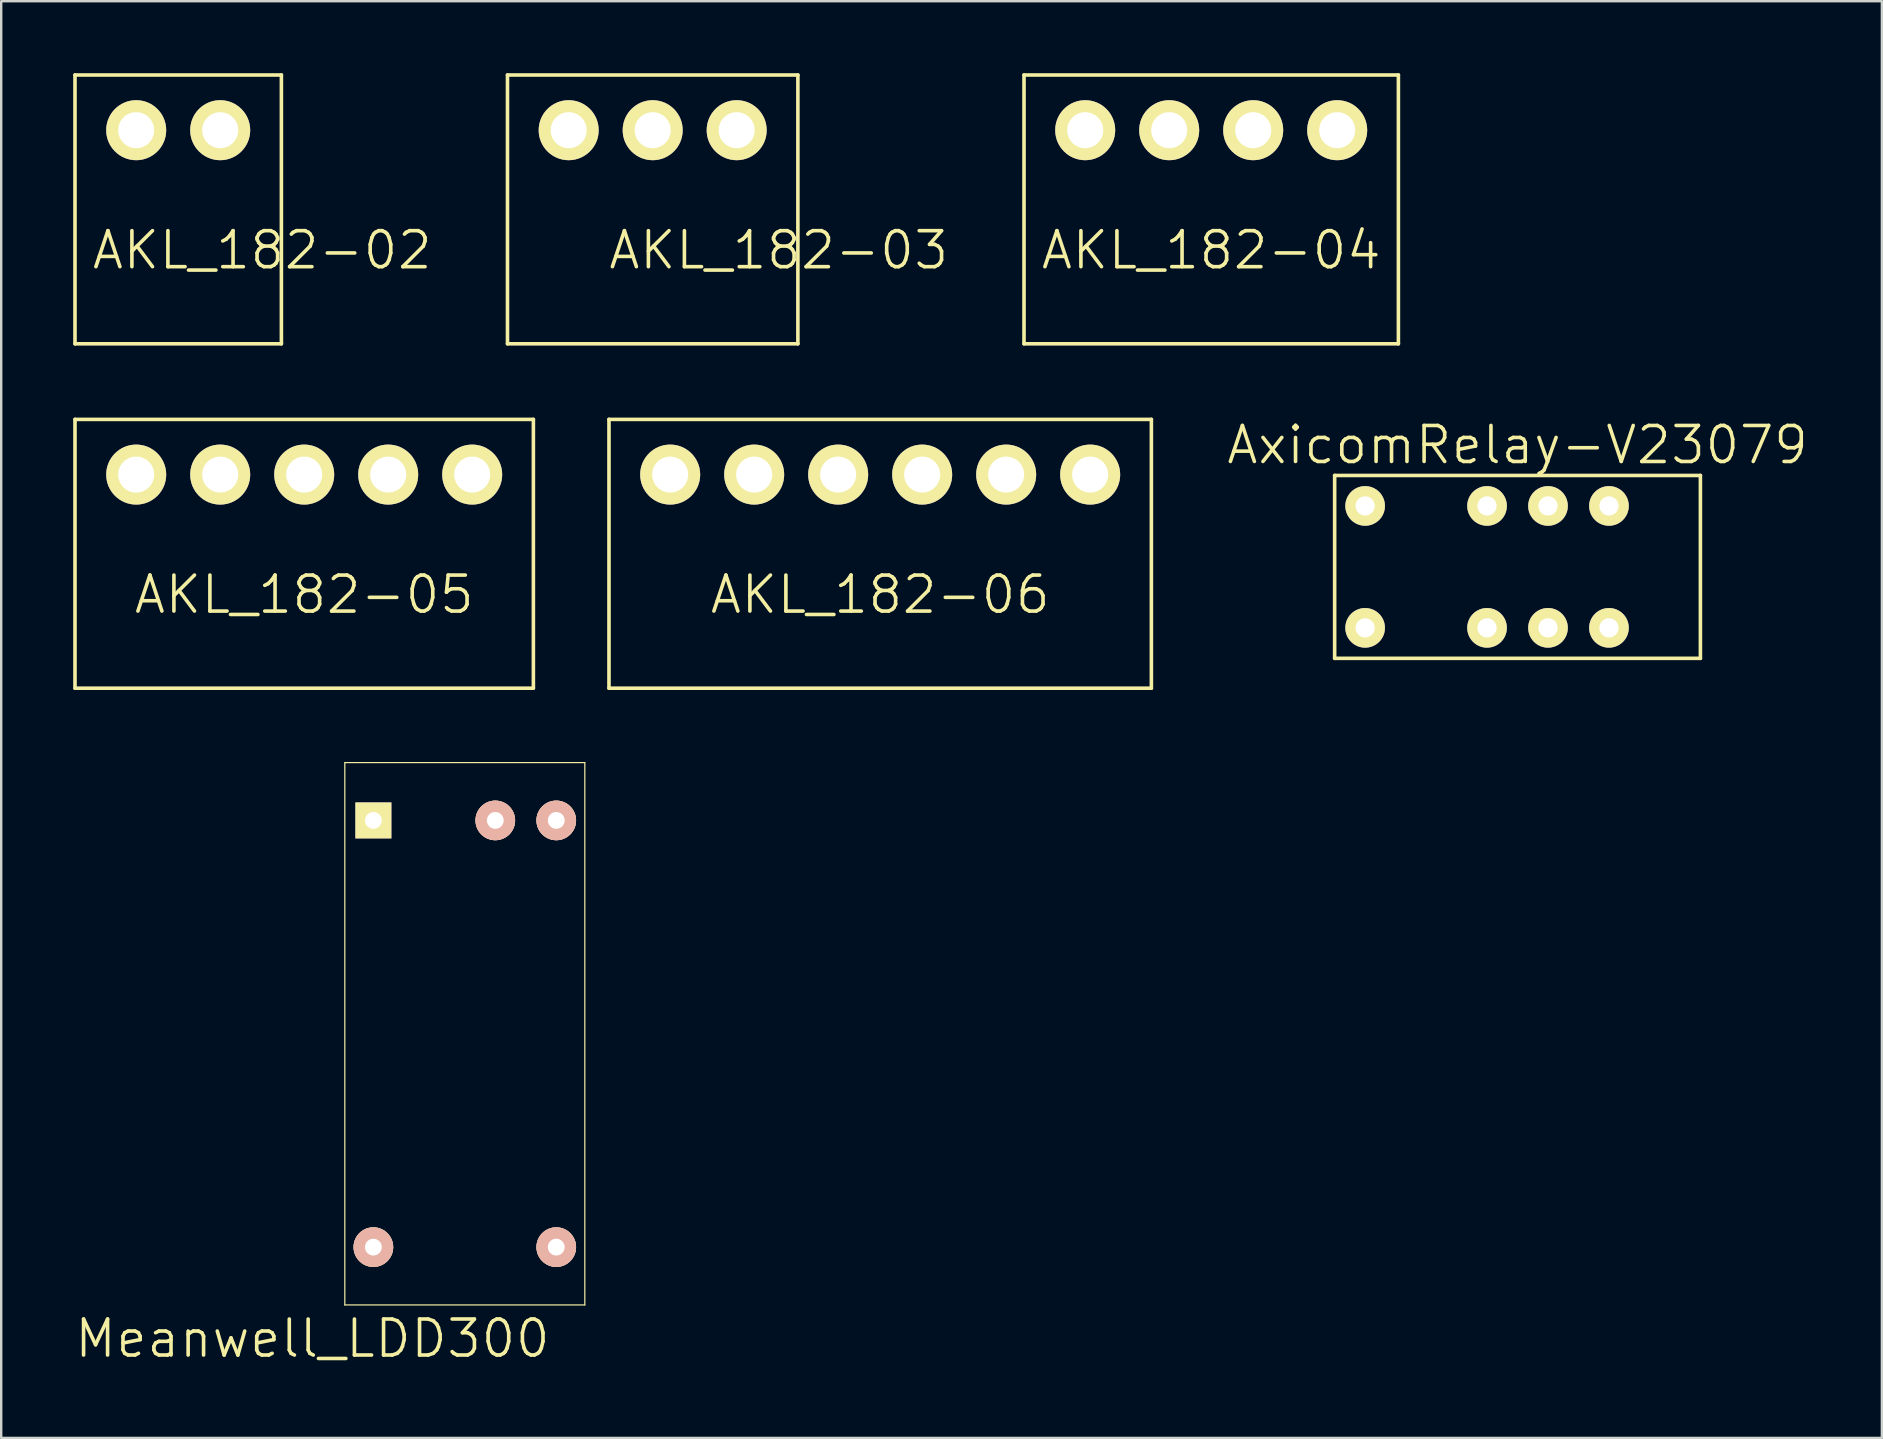
<source format=kicad_pcb>
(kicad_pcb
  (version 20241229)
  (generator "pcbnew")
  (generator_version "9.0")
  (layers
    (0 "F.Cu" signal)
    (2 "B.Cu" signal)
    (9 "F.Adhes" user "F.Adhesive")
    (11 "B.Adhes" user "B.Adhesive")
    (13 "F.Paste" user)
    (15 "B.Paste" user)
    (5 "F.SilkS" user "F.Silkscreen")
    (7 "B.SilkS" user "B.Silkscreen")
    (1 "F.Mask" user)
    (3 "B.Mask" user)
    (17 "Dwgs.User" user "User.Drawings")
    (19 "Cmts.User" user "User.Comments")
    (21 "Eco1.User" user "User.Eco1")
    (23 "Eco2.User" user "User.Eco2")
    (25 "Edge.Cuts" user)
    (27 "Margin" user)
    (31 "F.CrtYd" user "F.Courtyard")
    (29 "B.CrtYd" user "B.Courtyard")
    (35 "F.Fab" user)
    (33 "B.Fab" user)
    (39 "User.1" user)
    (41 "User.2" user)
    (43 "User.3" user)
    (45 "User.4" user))
  (footprint "AKL_182-03"
    (layer "F.Cu")
    (at 24.146 2.375)
    (property "Reference" "AKL_182-03" (at 5.25 5 0) (layer "F.SilkS") (effects (font (size 1.5 1.5) (thickness 0.15))))
    (attr through_hole)
    (fp_line (start -6.05 -2.3) (end -6.05 8.9) (stroke (width 0.15) (type solid)) (layer "F.SilkS"))
    (fp_line (start -6.05 8.9) (end 6.05 8.9) (stroke (width 0.15) (type solid)) (layer "F.SilkS"))
    (fp_line (start 6.05 -2.3) (end -6.05 -2.3) (stroke (width 0.15) (type solid)) (layer "F.SilkS"))
    (fp_line (start 6.05 8.9) (end 6.05 -2.3) (stroke (width 0.15) (type solid)) (layer "F.SilkS"))
    (pad "1" thru_hole circle (at -3.5 0) (size 2.5 2.5) (drill 1.5) (layers "*.Cu" "*.Mask" "F.SilkS"))
    (pad "2" thru_hole circle (at 0 0) (size 2.5 2.5) (drill 1.5) (layers "*.Cu" "*.Mask" "F.SilkS"))
    (pad "3" thru_hole circle (at 3.5 0) (size 2.5 2.5) (drill 1.5) (layers "*.Cu" "*.Mask" "F.SilkS")))
  (footprint "AKL_182-06"
    (layer "F.Cu")
    (at 33.625 16.725)
    (property "Reference" "AKL_182-06" (at 0 5 0) (layer "F.SilkS") (effects (font (size 1.5 1.5) (thickness 0.15))))
    (attr through_hole)
    (fp_line (start -11.3 -2.3) (end -11.3 8.9) (stroke (width 0.15) (type solid)) (layer "F.SilkS"))
    (fp_line (start -11.3 8.9) (end 11.3 8.9) (stroke (width 0.15) (type solid)) (layer "F.SilkS"))
    (fp_line (start 11.3 -2.3) (end -11.3 -2.3) (stroke (width 0.15) (type solid)) (layer "F.SilkS"))
    (fp_line (start 11.3 8.9) (end 11.3 -2.3) (stroke (width 0.15) (type solid)) (layer "F.SilkS"))
    (pad "1" thru_hole circle (at -8.75 0) (size 2.5 2.5) (drill 1.5) (layers "*.Cu" "*.Mask" "F.SilkS"))
    (pad "2" thru_hole circle (at -5.25 0) (size 2.5 2.5) (drill 1.5) (layers "*.Cu" "*.Mask" "F.SilkS"))
    (pad "3" thru_hole circle (at -1.75 0) (size 2.5 2.5) (drill 1.5) (layers "*.Cu" "*.Mask" "F.SilkS"))
    (pad "4" thru_hole circle (at 1.75 0) (size 2.5 2.5) (drill 1.5) (layers "*.Cu" "*.Mask" "F.SilkS"))
    (pad "5" thru_hole circle (at 5.25 0) (size 2.5 2.5) (drill 1.5) (layers "*.Cu" "*.Mask" "F.SilkS"))
    (pad "6" thru_hole circle (at 8.75 0) (size 2.5 2.5) (drill 1.5) (layers "*.Cu" "*.Mask" "F.SilkS")))
  (footprint "Meanwell_LDD300"
    (layer "F.Cu")
    (at 16.318 40.025)
    (property "Reference" "Meanwell_LDD300" (at -6.35 12.7 180) (layer "F.SilkS") (effects (font (size 1.5 1.5) (thickness 0.15))))
    (attr through_hole)
    (fp_line (start -5 -11.3) (end 5 -11.3) (stroke (width 0.05) (type solid)) (layer "F.SilkS"))
    (fp_line (start -5 11.3) (end -5 -11.3) (stroke (width 0.05) (type solid)) (layer "F.SilkS"))
    (fp_line (start 5 -11.3) (end 5 11.3) (stroke (width 0.05) (type solid)) (layer "F.SilkS"))
    (fp_line (start 5 11.3) (end -5 11.3) (stroke (width 0.05) (type solid)) (layer "F.SilkS"))
    (pad "1" thru_hole rect (at -3.81 -8.89) (size 1.5 1.5) (drill 0.7) (layers "*.Cu" "*.Mask" "F.SilkS"))
    (pad "3" thru_hole circle (at 1.27 -8.89) (size 1.651 1.651) (drill 0.7) (layers "*.Cu" "*.SilkS" "*.Mask"))
    (pad "4" thru_hole circle (at 3.81 -8.89) (size 1.651 1.651) (drill 0.7) (layers "*.Cu" "*.SilkS" "*.Mask"))
    (pad "5" thru_hole circle (at 3.81 8.89) (size 1.651 1.651) (drill 0.7) (layers "*.Cu" "*.SilkS" "*.Mask"))
    (pad "6" thru_hole circle (at -3.81 8.89) (size 1.651 1.651) (drill 0.7) (layers "*.Cu" "*.SilkS" "*.Mask")))
  (footprint "AxicomRelay-V23079"
    (layer "F.Cu")
    (at 58.912 20.571)
    (property "Reference" "AxicomRelay-V23079" (at 1.27 -5.08 0) (layer "F.SilkS") (effects (font (size 1.5 1.5) (thickness 0.15))))
    (attr through_hole)
    (fp_line (start -6.35 -3.81) (end -6.35 3.81) (stroke (width 0.15) (type solid)) (layer "F.SilkS"))
    (fp_line (start -6.35 3.81) (end 8.89 3.81) (stroke (width 0.15) (type solid)) (layer "F.SilkS"))
    (fp_line (start 8.89 -3.81) (end -6.35 -3.81) (stroke (width 0.15) (type solid)) (layer "F.SilkS"))
    (fp_line (start 8.89 3.81) (end 8.89 -3.81) (stroke (width 0.15) (type solid)) (layer "F.SilkS"))
    (pad "1" thru_hole circle (at -5.08 2.54) (size 1.651 1.651) (drill 0.8) (layers "*.Cu" "*.Mask" "F.SilkS"))
    (pad "3" thru_hole circle (at 0 2.54) (size 1.651 1.651) (drill 0.8) (layers "*.Cu" "*.Mask" "F.SilkS"))
    (pad "4" thru_hole circle (at 2.54 2.54) (size 1.651 1.651) (drill 0.8) (layers "*.Cu" "*.Mask" "F.SilkS"))
    (pad "5" thru_hole circle (at 5.08 2.54) (size 1.651 1.651) (drill 0.8) (layers "*.Cu" "*.Mask" "F.SilkS"))
    (pad "8" thru_hole circle (at 5.08 -2.54) (size 1.651 1.651) (drill 0.8) (layers "*.Cu" "*.Mask" "F.SilkS"))
    (pad "9" thru_hole circle (at 2.54 -2.54) (size 1.651 1.651) (drill 0.8) (layers "*.Cu" "*.Mask" "F.SilkS"))
    (pad "10" thru_hole circle (at 0 -2.54) (size 1.651 1.651) (drill 0.8) (layers "*.Cu" "*.Mask" "F.SilkS"))
    (pad "12" thru_hole circle (at -5.08 -2.54) (size 1.651 1.651) (drill 0.8) (layers "*.Cu" "*.Mask" "F.SilkS")))
  (footprint "AKL_182-02"
    (layer "F.Cu")
    (at 4.375 2.375)
    (property "Reference" "AKL_182-02" (at 3.5 5 0) (layer "F.SilkS") (effects (font (size 1.5 1.5) (thickness 0.15))))
    (attr through_hole)
    (fp_line (start -4.3 -2.3) (end -4.3 8.9) (stroke (width 0.15) (type solid)) (layer "F.SilkS"))
    (fp_line (start -4.3 8.9) (end 4.3 8.9) (stroke (width 0.15) (type solid)) (layer "F.SilkS"))
    (fp_line (start 4.3 -2.3) (end -4.3 -2.3) (stroke (width 0.15) (type solid)) (layer "F.SilkS"))
    (fp_line (start 4.3 8.9) (end 4.3 -2.3) (stroke (width 0.15) (type solid)) (layer "F.SilkS"))
    (pad "1" thru_hole circle (at -1.75 0) (size 2.5 2.5) (drill 1.5) (layers "*.Cu" "*.Mask" "F.SilkS"))
    (pad "2" thru_hole circle (at 1.75 0) (size 2.5 2.5) (drill 1.5) (layers "*.Cu" "*.Mask" "F.SilkS")))
  (footprint "AKL_182-05"
    (layer "F.Cu")
    (at 9.625 16.725)
    (property "Reference" "AKL_182-05" (at 0 5 0) (layer "F.SilkS") (effects (font (size 1.5 1.5) (thickness 0.15))))
    (attr through_hole)
    (fp_line (start -9.55 -2.3) (end -9.55 8.9) (stroke (width 0.15) (type solid)) (layer "F.SilkS"))
    (fp_line (start -9.55 8.9) (end 9.55 8.9) (stroke (width 0.15) (type solid)) (layer "F.SilkS"))
    (fp_line (start 9.55 -2.3) (end -9.55 -2.3) (stroke (width 0.15) (type solid)) (layer "F.SilkS"))
    (fp_line (start 9.55 8.9) (end 9.55 -2.3) (stroke (width 0.15) (type solid)) (layer "F.SilkS"))
    (pad "1" thru_hole circle (at -7 0) (size 2.5 2.5) (drill 1.5) (layers "*.Cu" "*.Mask" "F.SilkS"))
    (pad "2" thru_hole circle (at -3.5 0) (size 2.5 2.5) (drill 1.5) (layers "*.Cu" "*.Mask" "F.SilkS"))
    (pad "3" thru_hole circle (at 0 0) (size 2.5 2.5) (drill 1.5) (layers "*.Cu" "*.Mask" "F.SilkS"))
    (pad "4" thru_hole circle (at 3.5 0) (size 2.5 2.5) (drill 1.5) (layers "*.Cu" "*.Mask" "F.SilkS"))
    (pad "5" thru_hole circle (at 7 0) (size 2.5 2.5) (drill 1.5) (layers "*.Cu" "*.Mask" "F.SilkS")))
  (footprint "AKL_182-04"
    (layer "F.Cu")
    (at 47.418 2.375)
    (property "Reference" "AKL_182-04" (at 0 5 0) (layer "F.SilkS") (effects (font (size 1.5 1.5) (thickness 0.15))))
    (attr through_hole)
    (fp_line (start -7.8 -2.3) (end -7.8 8.9) (stroke (width 0.15) (type solid)) (layer "F.SilkS"))
    (fp_line (start -7.8 8.9) (end 7.8 8.9) (stroke (width 0.15) (type solid)) (layer "F.SilkS"))
    (fp_line (start 7.8 -2.3) (end -7.8 -2.3) (stroke (width 0.15) (type solid)) (layer "F.SilkS"))
    (fp_line (start 7.8 8.9) (end 7.8 -2.3) (stroke (width 0.15) (type solid)) (layer "F.SilkS"))
    (pad "1" thru_hole circle (at -5.25 0) (size 2.5 2.5) (drill 1.5) (layers "*.Cu" "*.Mask" "F.SilkS"))
    (pad "2" thru_hole circle (at -1.75 0) (size 2.5 2.5) (drill 1.5) (layers "*.Cu" "*.Mask" "F.SilkS"))
    (pad "3" thru_hole circle (at 1.75 0) (size 2.5 2.5) (drill 1.5) (layers "*.Cu" "*.Mask" "F.SilkS"))
    (pad "4" thru_hole circle (at 5.25 0) (size 2.5 2.5) (drill 1.5) (layers "*.Cu" "*.Mask" "F.SilkS")))
  (gr_rect
    (start -3 -3)
    (end 75.364 56.866)
    (stroke (width 0.1) (type default))
    (fill no)
    (layer "Edge.Cuts")))
</source>
